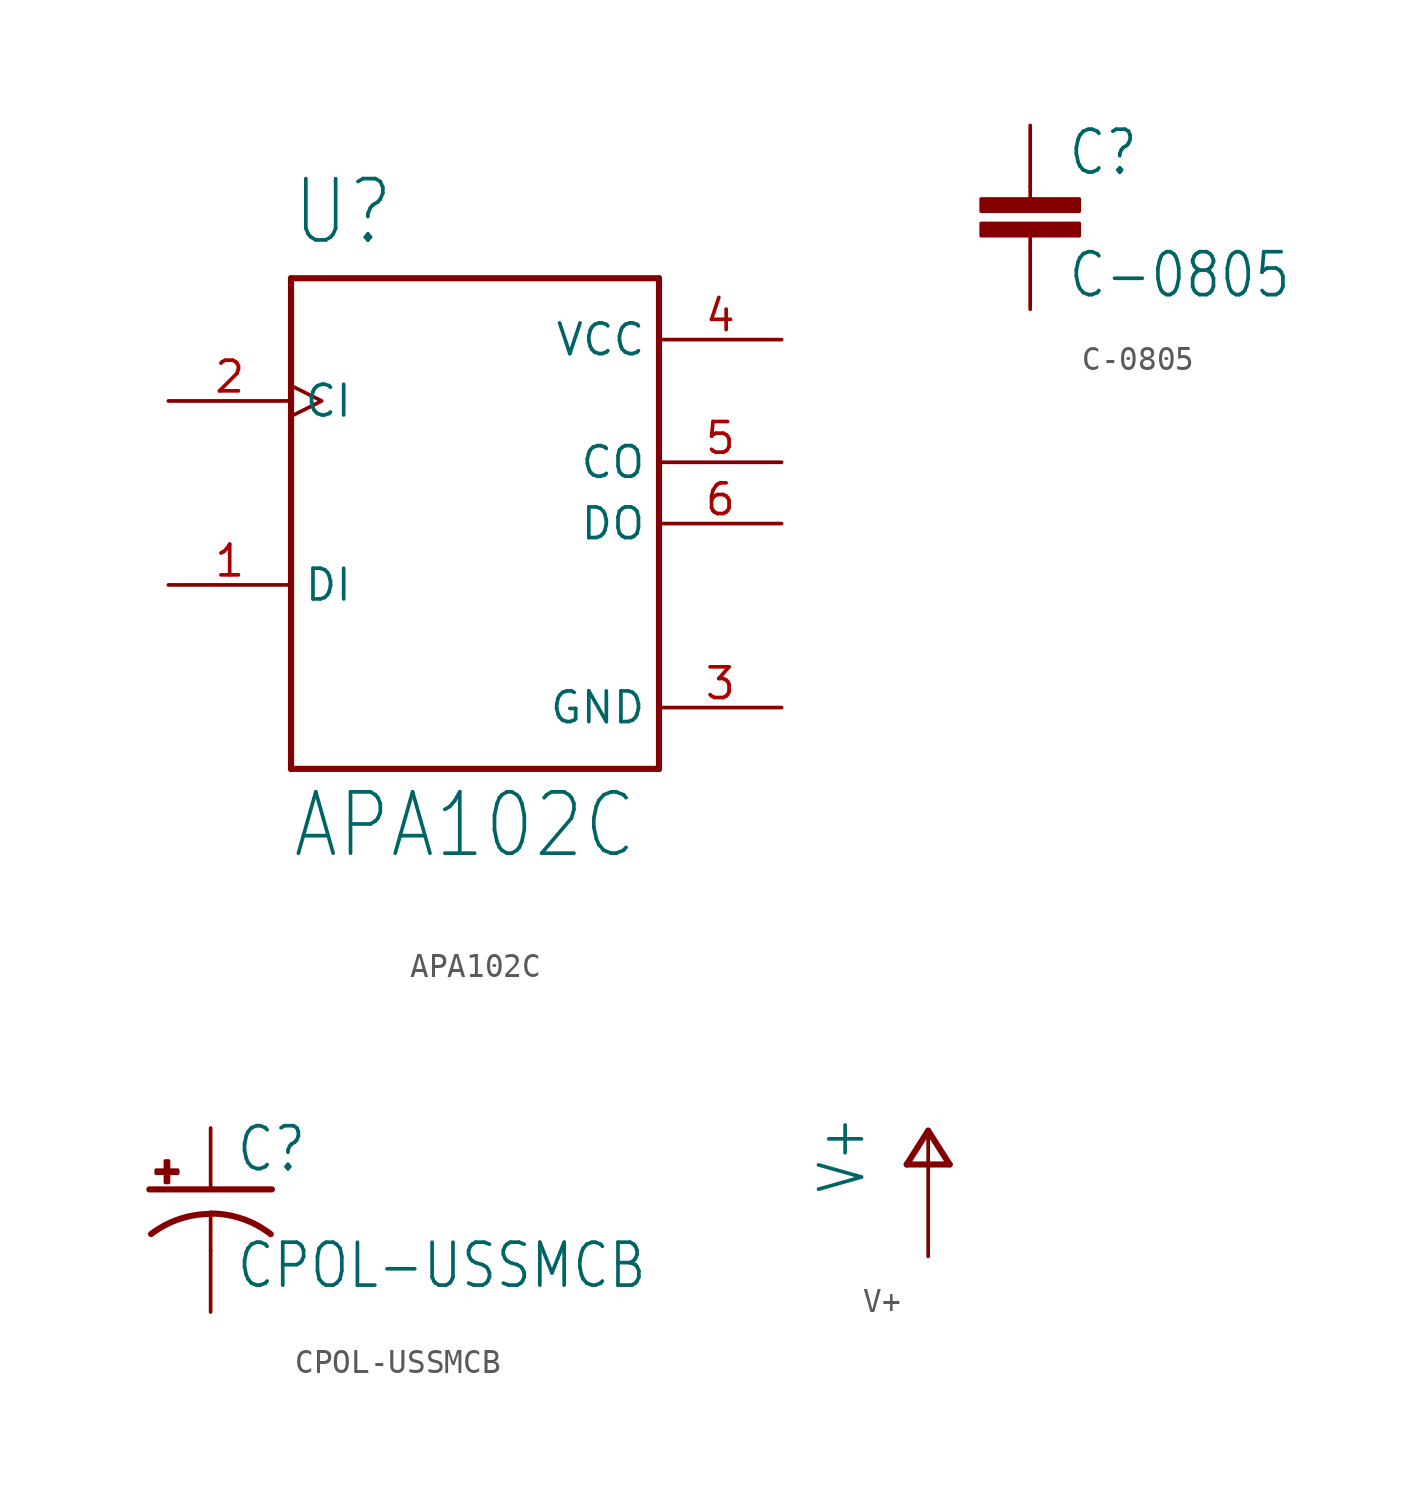
<source format=kicad_sym>
(kicad_symbol_lib
  (version 20211014)
  (generator kicad_symbol_editor)
  (symbol "APA102C"
    (property "Reference" "U"
      (at -7.62 11.43 0)
      (effects (font (size 2.54 2.159)) (justify left bottom)))
    (property "Value" "APA102C"
      (at -7.62 -13.97 0)
      (effects (font (size 2.54 2.159)) (justify left bottom)))
    (property "ki_locked" ""
      (at 0 0 0)
      (effects (font (size 1.27 1.27))))
    (symbol "APA102C_1_0"
      (polyline (pts (xy -7.62 -10.16) (xy -7.62 10.16)) (stroke (width 0.254) (type default) (color 0 0 0 0)) (fill (type none)))
      (polyline (pts (xy -7.62 10.16) (xy 7.62 10.16)) (stroke (width 0.254) (type default) (color 0 0 0 0)) (fill (type none)))
      (polyline (pts (xy 7.62 -10.16) (xy -7.62 -10.16)) (stroke (width 0.254) (type default) (color 0 0 0 0)) (fill (type none)))
      (polyline (pts (xy 7.62 10.16) (xy 7.62 -10.16)) (stroke (width 0.254) (type default) (color 0 0 0 0)) (fill (type none)))
      (pin input line (at -12.7 -2.54 0) (length 5.08) (name "DI" (effects (font (size 1.27 1.27)))) (number "1" (effects (font (size 1.27 1.27)))))
      (pin input clock (at -12.7 5.08 0) (length 5.08) (name "CI" (effects (font (size 1.27 1.27)))) (number "2" (effects (font (size 1.27 1.27)))))
      (pin power_in line (at 12.7 -7.62 180) (length 5.08) (name "GND" (effects (font (size 1.27 1.27)))) (number "3" (effects (font (size 1.27 1.27)))))
      (pin power_in line (at 12.7 7.62 180) (length 5.08) (name "VCC" (effects (font (size 1.27 1.27)))) (number "4" (effects (font (size 1.27 1.27)))))
      (pin output line (at 12.7 2.54 180) (length 5.08) (name "CO" (effects (font (size 1.27 1.27)))) (number "5" (effects (font (size 1.27 1.27)))))
      (pin output line (at 12.7 0 180) (length 5.08) (name "DO" (effects (font (size 1.27 1.27)))) (number "6" (effects (font (size 1.27 1.27)))))))
  (symbol "C-0805"
    (property "Reference" "C"
      (at 1.524 0.381 0)
      (effects (font (size 1.778 1.511)) (justify left bottom)))
    (property "Value" "C-0805"
      (at 1.524 -4.699 0)
      (effects (font (size 1.778 1.511)) (justify left bottom)))
    (property "ki_locked" ""
      (at 0 0 0)
      (effects (font (size 1.27 1.27))))
    (symbol "C-0805_1_0"
      (rectangle (start -2.032 -2.032) (end 2.032 -1.524) (stroke (width 0) (type default) (color 0 0 0 0)) (fill (type outline)))
      (rectangle (start -2.032 -1.016) (end 2.032 -0.508) (stroke (width 0) (type default) (color 0 0 0 0)) (fill (type outline)))
      (polyline (pts (xy 0 -2.54) (xy 0 -2.032)) (stroke (width 0.152) (type default) (color 0 0 0 0)) (fill (type none)))
      (polyline (pts (xy 0 0) (xy 0 -0.508)) (stroke (width 0.152) (type default) (color 0 0 0 0)) (fill (type none)))
      (pin passive line (at 0 2.54 270) (length 2.54) (name "1" (effects (font (size 0 0)))) (number "1" (effects (font (size 0 0)))))
      (pin passive line (at 0 -5.08 90) (length 2.54) (name "2" (effects (font (size 0 0)))) (number "2" (effects (font (size 0 0)))))))
  (symbol "CPOL-USSMCB"
    (property "Reference" "C"
      (at 1.016 0.635 0)
      (effects (font (size 1.778 1.511)) (justify left bottom)))
    (property "Value" "CPOL-USSMCB"
      (at 1.016 -4.191 0)
      (effects (font (size 1.778 1.511)) (justify left bottom)))
    (property "ki_locked" ""
      (at 0 0 0)
      (effects (font (size 1.27 1.27))))
    (symbol "CPOL-USSMCB_1_0"
      (rectangle (start -2.253 0.668) (end -1.364 0.795) (stroke (width 0) (type default) (color 0 0 0 0)) (fill (type outline)))
      (rectangle (start -1.872 0.287) (end -1.745 1.176) (stroke (width 0) (type default) (color 0 0 0 0)) (fill (type outline)))
      (arc (start 0 -1.0161) (mid -1.3021 -1.2302) (end -2.4669 -1.8504) (stroke (width 0.254) (type default) (color 0 0 0 0)) (fill (type none)))
      (polyline (pts (xy -2.54 0) (xy 2.54 0)) (stroke (width 0.254) (type default) (color 0 0 0 0)) (fill (type none)))
      (polyline (pts (xy 0 -1.016) (xy 0 -2.54)) (stroke (width 0.152) (type default) (color 0 0 0 0)) (fill (type none)))
      (arc (start 2.4892 -1.8542) (mid 1.3158 -1.2195) (end 0 -1) (stroke (width 0.254) (type default) (color 0 0 0 0)) (fill (type none)))
      (pin passive line (at 0 2.54 270) (length 2.54) (name "+" (effects (font (size 0 0)))) (number "+" (effects (font (size 0 0)))))
      (pin passive line (at 0 -5.08 90) (length 2.54) (name "-" (effects (font (size 0 0)))) (number "-" (effects (font (size 0 0)))))))
  (symbol "V+"
    (power)
    (property "Reference" "#P+"
      (at 0 0 0)
      (effects (font (size 1.27 1.27)) hide))
    (property "Value" "V+"
      (at -2.54 -2.54 90)
      (effects (font (size 1.778 1.511)) (justify left bottom)))
    (property "ki_locked" ""
      (at 0 0 0)
      (effects (font (size 1.27 1.27))))
    (symbol "V+_1_0"
      (polyline (pts (xy -0.889 -1.27) (xy 0.889 -1.27)) (stroke (width 0.254) (type default) (color 0 0 0 0)) (fill (type none)))
      (polyline (pts (xy 0 0.127) (xy -0.889 -1.27)) (stroke (width 0.254) (type default) (color 0 0 0 0)) (fill (type none)))
      (polyline (pts (xy 0.889 -1.27) (xy 0 0.127)) (stroke (width 0.254) (type default) (color 0 0 0 0)) (fill (type none)))
      (pin power_in line (at 0 -5.08 90) (length 5.08) (name "V+" (effects (font (size 0 0)))) (number "1" (effects (font (size 0 0))))))))
</source>
